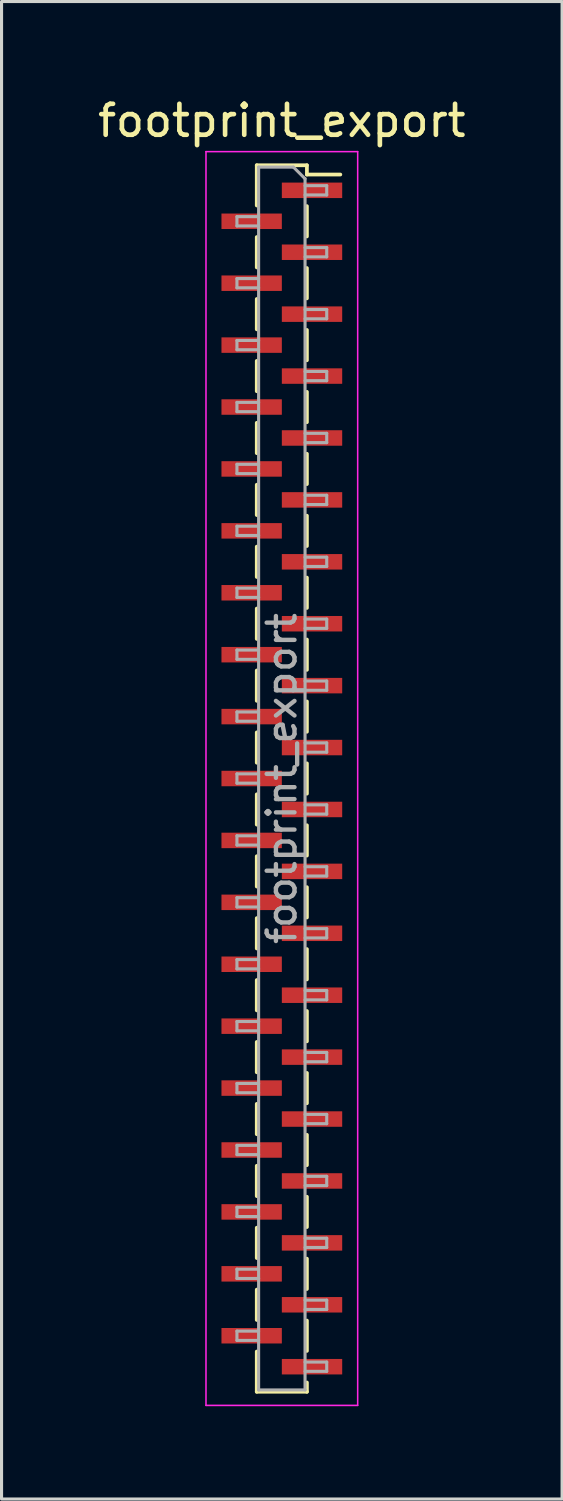
<source format=kicad_pcb>
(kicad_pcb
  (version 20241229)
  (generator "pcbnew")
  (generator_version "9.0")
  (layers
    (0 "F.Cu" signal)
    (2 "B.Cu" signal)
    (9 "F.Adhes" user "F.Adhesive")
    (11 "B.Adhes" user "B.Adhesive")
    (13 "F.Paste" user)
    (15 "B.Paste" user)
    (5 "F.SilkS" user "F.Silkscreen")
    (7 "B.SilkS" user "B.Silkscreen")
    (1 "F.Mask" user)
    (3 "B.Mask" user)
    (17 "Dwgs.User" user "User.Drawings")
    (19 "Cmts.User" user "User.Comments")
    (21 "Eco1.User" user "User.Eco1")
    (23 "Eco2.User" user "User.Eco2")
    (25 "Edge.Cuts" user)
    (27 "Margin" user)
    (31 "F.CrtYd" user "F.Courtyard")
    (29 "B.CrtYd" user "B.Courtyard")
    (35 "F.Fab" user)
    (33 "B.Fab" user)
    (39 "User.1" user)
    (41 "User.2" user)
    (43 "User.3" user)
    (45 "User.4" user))
  (footprint "footprint_export"
    (layer "F.Cu")
    (at 6.054 22.098)
    (property "Reference" "footprint_export" (at 0 -21.25 0) (layer "F.SilkS") (effects (font (size 1 1) (thickness 0.15))))
    (attr smd)
    (fp_line (start -0.81 -19.81) (end -0.81 -18.51) (stroke (width 0.12) (type solid)) (layer "F.SilkS"))
    (fp_line (start -0.81 -19.81) (end 0.81 -19.81) (stroke (width 0.12) (type solid)) (layer "F.SilkS"))
    (fp_line (start -0.81 -17.49) (end -0.81 -16.51) (stroke (width 0.12) (type solid)) (layer "F.SilkS"))
    (fp_line (start -0.81 -15.49) (end -0.81 -14.51) (stroke (width 0.12) (type solid)) (layer "F.SilkS"))
    (fp_line (start -0.81 -13.49) (end -0.81 -12.51) (stroke (width 0.12) (type solid)) (layer "F.SilkS"))
    (fp_line (start -0.81 -11.49) (end -0.81 -10.51) (stroke (width 0.12) (type solid)) (layer "F.SilkS"))
    (fp_line (start -0.81 -9.49) (end -0.81 -8.51) (stroke (width 0.12) (type solid)) (layer "F.SilkS"))
    (fp_line (start -0.81 -7.49) (end -0.81 -6.51) (stroke (width 0.12) (type solid)) (layer "F.SilkS"))
    (fp_line (start -0.81 -5.49) (end -0.81 -4.51) (stroke (width 0.12) (type solid)) (layer "F.SilkS"))
    (fp_line (start -0.81 -3.49) (end -0.81 -2.51) (stroke (width 0.12) (type solid)) (layer "F.SilkS"))
    (fp_line (start -0.81 -1.49) (end -0.81 -0.51) (stroke (width 0.12) (type solid)) (layer "F.SilkS"))
    (fp_line (start -0.81 0.51) (end -0.81 1.49) (stroke (width 0.12) (type solid)) (layer "F.SilkS"))
    (fp_line (start -0.81 2.51) (end -0.81 3.49) (stroke (width 0.12) (type solid)) (layer "F.SilkS"))
    (fp_line (start -0.81 4.51) (end -0.81 5.49) (stroke (width 0.12) (type solid)) (layer "F.SilkS"))
    (fp_line (start -0.81 6.51) (end -0.81 7.49) (stroke (width 0.12) (type solid)) (layer "F.SilkS"))
    (fp_line (start -0.81 8.51) (end -0.81 9.49) (stroke (width 0.12) (type solid)) (layer "F.SilkS"))
    (fp_line (start -0.81 10.51) (end -0.81 11.49) (stroke (width 0.12) (type solid)) (layer "F.SilkS"))
    (fp_line (start -0.81 12.51) (end -0.81 13.49) (stroke (width 0.12) (type solid)) (layer "F.SilkS"))
    (fp_line (start -0.81 14.51) (end -0.81 15.49) (stroke (width 0.12) (type solid)) (layer "F.SilkS"))
    (fp_line (start -0.81 16.51) (end -0.81 17.49) (stroke (width 0.12) (type solid)) (layer "F.SilkS"))
    (fp_line (start -0.81 18.51) (end -0.81 19.81) (stroke (width 0.12) (type solid)) (layer "F.SilkS"))
    (fp_line (start -0.81 19.81) (end 0.81 19.81) (stroke (width 0.12) (type solid)) (layer "F.SilkS"))
    (fp_line (start 0.81 -19.81) (end 0.81 -19.51) (stroke (width 0.12) (type solid)) (layer "F.SilkS"))
    (fp_line (start 0.81 -19.51) (end 1.89 -19.51) (stroke (width 0.12) (type solid)) (layer "F.SilkS"))
    (fp_line (start 0.81 -18.49) (end 0.81 -17.51) (stroke (width 0.12) (type solid)) (layer "F.SilkS"))
    (fp_line (start 0.81 -16.49) (end 0.81 -15.51) (stroke (width 0.12) (type solid)) (layer "F.SilkS"))
    (fp_line (start 0.81 -14.49) (end 0.81 -13.51) (stroke (width 0.12) (type solid)) (layer "F.SilkS"))
    (fp_line (start 0.81 -12.49) (end 0.81 -11.51) (stroke (width 0.12) (type solid)) (layer "F.SilkS"))
    (fp_line (start 0.81 -10.49) (end 0.81 -9.51) (stroke (width 0.12) (type solid)) (layer "F.SilkS"))
    (fp_line (start 0.81 -8.49) (end 0.81 -7.51) (stroke (width 0.12) (type solid)) (layer "F.SilkS"))
    (fp_line (start 0.81 -6.49) (end 0.81 -5.51) (stroke (width 0.12) (type solid)) (layer "F.SilkS"))
    (fp_line (start 0.81 -4.49) (end 0.81 -3.51) (stroke (width 0.12) (type solid)) (layer "F.SilkS"))
    (fp_line (start 0.81 -2.49) (end 0.81 -1.51) (stroke (width 0.12) (type solid)) (layer "F.SilkS"))
    (fp_line (start 0.81 -0.49) (end 0.81 0.49) (stroke (width 0.12) (type solid)) (layer "F.SilkS"))
    (fp_line (start 0.81 1.51) (end 0.81 2.49) (stroke (width 0.12) (type solid)) (layer "F.SilkS"))
    (fp_line (start 0.81 3.51) (end 0.81 4.49) (stroke (width 0.12) (type solid)) (layer "F.SilkS"))
    (fp_line (start 0.81 5.51) (end 0.81 6.49) (stroke (width 0.12) (type solid)) (layer "F.SilkS"))
    (fp_line (start 0.81 7.51) (end 0.81 8.49) (stroke (width 0.12) (type solid)) (layer "F.SilkS"))
    (fp_line (start 0.81 9.51) (end 0.81 10.49) (stroke (width 0.12) (type solid)) (layer "F.SilkS"))
    (fp_line (start 0.81 11.51) (end 0.81 12.49) (stroke (width 0.12) (type solid)) (layer "F.SilkS"))
    (fp_line (start 0.81 13.51) (end 0.81 14.49) (stroke (width 0.12) (type solid)) (layer "F.SilkS"))
    (fp_line (start 0.81 15.51) (end 0.81 16.49) (stroke (width 0.12) (type solid)) (layer "F.SilkS"))
    (fp_line (start 0.81 17.51) (end 0.81 18.49) (stroke (width 0.12) (type solid)) (layer "F.SilkS"))
    (fp_line (start 0.81 19.51) (end 0.81 19.81) (stroke (width 0.12) (type solid)) (layer "F.SilkS"))
    (fp_line (start -2.45 -20.25) (end 2.45 -20.25) (stroke (width 0.05) (type solid)) (layer "F.CrtYd"))
    (fp_line (start -2.45 20.25) (end -2.45 -20.25) (stroke (width 0.05) (type solid)) (layer "F.CrtYd"))
    (fp_line (start 2.45 -20.25) (end 2.45 20.25) (stroke (width 0.05) (type solid)) (layer "F.CrtYd"))
    (fp_line (start 2.45 20.25) (end -2.45 20.25) (stroke (width 0.05) (type solid)) (layer "F.CrtYd"))
    (fp_line (start -1.45 -18.15) (end -0.75 -18.15) (stroke (width 0.1) (type solid)) (layer "F.Fab"))
    (fp_line (start -1.45 -17.85) (end -1.45 -18.15) (stroke (width 0.1) (type solid)) (layer "F.Fab"))
    (fp_line (start -1.45 -16.15) (end -0.75 -16.15) (stroke (width 0.1) (type solid)) (layer "F.Fab"))
    (fp_line (start -1.45 -15.85) (end -1.45 -16.15) (stroke (width 0.1) (type solid)) (layer "F.Fab"))
    (fp_line (start -1.45 -14.15) (end -0.75 -14.15) (stroke (width 0.1) (type solid)) (layer "F.Fab"))
    (fp_line (start -1.45 -13.85) (end -1.45 -14.15) (stroke (width 0.1) (type solid)) (layer "F.Fab"))
    (fp_line (start -1.45 -12.15) (end -0.75 -12.15) (stroke (width 0.1) (type solid)) (layer "F.Fab"))
    (fp_line (start -1.45 -11.85) (end -1.45 -12.15) (stroke (width 0.1) (type solid)) (layer "F.Fab"))
    (fp_line (start -1.45 -10.15) (end -0.75 -10.15) (stroke (width 0.1) (type solid)) (layer "F.Fab"))
    (fp_line (start -1.45 -9.85) (end -1.45 -10.15) (stroke (width 0.1) (type solid)) (layer "F.Fab"))
    (fp_line (start -1.45 -8.15) (end -0.75 -8.15) (stroke (width 0.1) (type solid)) (layer "F.Fab"))
    (fp_line (start -1.45 -7.85) (end -1.45 -8.15) (stroke (width 0.1) (type solid)) (layer "F.Fab"))
    (fp_line (start -1.45 -6.15) (end -0.75 -6.15) (stroke (width 0.1) (type solid)) (layer "F.Fab"))
    (fp_line (start -1.45 -5.85) (end -1.45 -6.15) (stroke (width 0.1) (type solid)) (layer "F.Fab"))
    (fp_line (start -1.45 -4.15) (end -0.75 -4.15) (stroke (width 0.1) (type solid)) (layer "F.Fab"))
    (fp_line (start -1.45 -3.85) (end -1.45 -4.15) (stroke (width 0.1) (type solid)) (layer "F.Fab"))
    (fp_line (start -1.45 -2.15) (end -0.75 -2.15) (stroke (width 0.1) (type solid)) (layer "F.Fab"))
    (fp_line (start -1.45 -1.85) (end -1.45 -2.15) (stroke (width 0.1) (type solid)) (layer "F.Fab"))
    (fp_line (start -1.45 -0.15) (end -0.75 -0.15) (stroke (width 0.1) (type solid)) (layer "F.Fab"))
    (fp_line (start -1.45 0.15) (end -1.45 -0.15) (stroke (width 0.1) (type solid)) (layer "F.Fab"))
    (fp_line (start -1.45 1.85) (end -0.75 1.85) (stroke (width 0.1) (type solid)) (layer "F.Fab"))
    (fp_line (start -1.45 2.15) (end -1.45 1.85) (stroke (width 0.1) (type solid)) (layer "F.Fab"))
    (fp_line (start -1.45 3.85) (end -0.75 3.85) (stroke (width 0.1) (type solid)) (layer "F.Fab"))
    (fp_line (start -1.45 4.15) (end -1.45 3.85) (stroke (width 0.1) (type solid)) (layer "F.Fab"))
    (fp_line (start -1.45 5.85) (end -0.75 5.85) (stroke (width 0.1) (type solid)) (layer "F.Fab"))
    (fp_line (start -1.45 6.15) (end -1.45 5.85) (stroke (width 0.1) (type solid)) (layer "F.Fab"))
    (fp_line (start -1.45 7.85) (end -0.75 7.85) (stroke (width 0.1) (type solid)) (layer "F.Fab"))
    (fp_line (start -1.45 8.15) (end -1.45 7.85) (stroke (width 0.1) (type solid)) (layer "F.Fab"))
    (fp_line (start -1.45 9.85) (end -0.75 9.85) (stroke (width 0.1) (type solid)) (layer "F.Fab"))
    (fp_line (start -1.45 10.15) (end -1.45 9.85) (stroke (width 0.1) (type solid)) (layer "F.Fab"))
    (fp_line (start -1.45 11.85) (end -0.75 11.85) (stroke (width 0.1) (type solid)) (layer "F.Fab"))
    (fp_line (start -1.45 12.15) (end -1.45 11.85) (stroke (width 0.1) (type solid)) (layer "F.Fab"))
    (fp_line (start -1.45 13.85) (end -0.75 13.85) (stroke (width 0.1) (type solid)) (layer "F.Fab"))
    (fp_line (start -1.45 14.15) (end -1.45 13.85) (stroke (width 0.1) (type solid)) (layer "F.Fab"))
    (fp_line (start -1.45 15.85) (end -0.75 15.85) (stroke (width 0.1) (type solid)) (layer "F.Fab"))
    (fp_line (start -1.45 16.15) (end -1.45 15.85) (stroke (width 0.1) (type solid)) (layer "F.Fab"))
    (fp_line (start -1.45 17.85) (end -0.75 17.85) (stroke (width 0.1) (type solid)) (layer "F.Fab"))
    (fp_line (start -1.45 18.15) (end -1.45 17.85) (stroke (width 0.1) (type solid)) (layer "F.Fab"))
    (fp_line (start -0.75 -19.75) (end 0.375 -19.75) (stroke (width 0.1) (type solid)) (layer "F.Fab"))
    (fp_line (start -0.75 -17.85) (end -1.45 -17.85) (stroke (width 0.1) (type solid)) (layer "F.Fab"))
    (fp_line (start -0.75 -15.85) (end -1.45 -15.85) (stroke (width 0.1) (type solid)) (layer "F.Fab"))
    (fp_line (start -0.75 -13.85) (end -1.45 -13.85) (stroke (width 0.1) (type solid)) (layer "F.Fab"))
    (fp_line (start -0.75 -11.85) (end -1.45 -11.85) (stroke (width 0.1) (type solid)) (layer "F.Fab"))
    (fp_line (start -0.75 -9.85) (end -1.45 -9.85) (stroke (width 0.1) (type solid)) (layer "F.Fab"))
    (fp_line (start -0.75 -7.85) (end -1.45 -7.85) (stroke (width 0.1) (type solid)) (layer "F.Fab"))
    (fp_line (start -0.75 -5.85) (end -1.45 -5.85) (stroke (width 0.1) (type solid)) (layer "F.Fab"))
    (fp_line (start -0.75 -3.85) (end -1.45 -3.85) (stroke (width 0.1) (type solid)) (layer "F.Fab"))
    (fp_line (start -0.75 -1.85) (end -1.45 -1.85) (stroke (width 0.1) (type solid)) (layer "F.Fab"))
    (fp_line (start -0.75 0.15) (end -1.45 0.15) (stroke (width 0.1) (type solid)) (layer "F.Fab"))
    (fp_line (start -0.75 2.15) (end -1.45 2.15) (stroke (width 0.1) (type solid)) (layer "F.Fab"))
    (fp_line (start -0.75 4.15) (end -1.45 4.15) (stroke (width 0.1) (type solid)) (layer "F.Fab"))
    (fp_line (start -0.75 6.15) (end -1.45 6.15) (stroke (width 0.1) (type solid)) (layer "F.Fab"))
    (fp_line (start -0.75 8.15) (end -1.45 8.15) (stroke (width 0.1) (type solid)) (layer "F.Fab"))
    (fp_line (start -0.75 10.15) (end -1.45 10.15) (stroke (width 0.1) (type solid)) (layer "F.Fab"))
    (fp_line (start -0.75 12.15) (end -1.45 12.15) (stroke (width 0.1) (type solid)) (layer "F.Fab"))
    (fp_line (start -0.75 14.15) (end -1.45 14.15) (stroke (width 0.1) (type solid)) (layer "F.Fab"))
    (fp_line (start -0.75 16.15) (end -1.45 16.15) (stroke (width 0.1) (type solid)) (layer "F.Fab"))
    (fp_line (start -0.75 18.15) (end -1.45 18.15) (stroke (width 0.1) (type solid)) (layer "F.Fab"))
    (fp_line (start -0.75 19.75) (end -0.75 -19.75) (stroke (width 0.1) (type solid)) (layer "F.Fab"))
    (fp_line (start 0.375 -19.75) (end 0.75 -19.375) (stroke (width 0.1) (type solid)) (layer "F.Fab"))
    (fp_line (start 0.75 -19.375) (end 0.75 19.75) (stroke (width 0.1) (type solid)) (layer "F.Fab"))
    (fp_line (start 0.75 -19.15) (end 1.45 -19.15) (stroke (width 0.1) (type solid)) (layer "F.Fab"))
    (fp_line (start 0.75 -17.15) (end 1.45 -17.15) (stroke (width 0.1) (type solid)) (layer "F.Fab"))
    (fp_line (start 0.75 -15.15) (end 1.45 -15.15) (stroke (width 0.1) (type solid)) (layer "F.Fab"))
    (fp_line (start 0.75 -13.15) (end 1.45 -13.15) (stroke (width 0.1) (type solid)) (layer "F.Fab"))
    (fp_line (start 0.75 -11.15) (end 1.45 -11.15) (stroke (width 0.1) (type solid)) (layer "F.Fab"))
    (fp_line (start 0.75 -9.15) (end 1.45 -9.15) (stroke (width 0.1) (type solid)) (layer "F.Fab"))
    (fp_line (start 0.75 -7.15) (end 1.45 -7.15) (stroke (width 0.1) (type solid)) (layer "F.Fab"))
    (fp_line (start 0.75 -5.15) (end 1.45 -5.15) (stroke (width 0.1) (type solid)) (layer "F.Fab"))
    (fp_line (start 0.75 -3.15) (end 1.45 -3.15) (stroke (width 0.1) (type solid)) (layer "F.Fab"))
    (fp_line (start 0.75 -1.15) (end 1.45 -1.15) (stroke (width 0.1) (type solid)) (layer "F.Fab"))
    (fp_line (start 0.75 0.85) (end 1.45 0.85) (stroke (width 0.1) (type solid)) (layer "F.Fab"))
    (fp_line (start 0.75 2.85) (end 1.45 2.85) (stroke (width 0.1) (type solid)) (layer "F.Fab"))
    (fp_line (start 0.75 4.85) (end 1.45 4.85) (stroke (width 0.1) (type solid)) (layer "F.Fab"))
    (fp_line (start 0.75 6.85) (end 1.45 6.85) (stroke (width 0.1) (type solid)) (layer "F.Fab"))
    (fp_line (start 0.75 8.85) (end 1.45 8.85) (stroke (width 0.1) (type solid)) (layer "F.Fab"))
    (fp_line (start 0.75 10.85) (end 1.45 10.85) (stroke (width 0.1) (type solid)) (layer "F.Fab"))
    (fp_line (start 0.75 12.85) (end 1.45 12.85) (stroke (width 0.1) (type solid)) (layer "F.Fab"))
    (fp_line (start 0.75 14.85) (end 1.45 14.85) (stroke (width 0.1) (type solid)) (layer "F.Fab"))
    (fp_line (start 0.75 16.85) (end 1.45 16.85) (stroke (width 0.1) (type solid)) (layer "F.Fab"))
    (fp_line (start 0.75 18.85) (end 1.45 18.85) (stroke (width 0.1) (type solid)) (layer "F.Fab"))
    (fp_line (start 0.75 19.75) (end -0.75 19.75) (stroke (width 0.1) (type solid)) (layer "F.Fab"))
    (fp_line (start 1.45 -19.15) (end 1.45 -18.85) (stroke (width 0.1) (type solid)) (layer "F.Fab"))
    (fp_line (start 1.45 -18.85) (end 0.75 -18.85) (stroke (width 0.1) (type solid)) (layer "F.Fab"))
    (fp_line (start 1.45 -17.15) (end 1.45 -16.85) (stroke (width 0.1) (type solid)) (layer "F.Fab"))
    (fp_line (start 1.45 -16.85) (end 0.75 -16.85) (stroke (width 0.1) (type solid)) (layer "F.Fab"))
    (fp_line (start 1.45 -15.15) (end 1.45 -14.85) (stroke (width 0.1) (type solid)) (layer "F.Fab"))
    (fp_line (start 1.45 -14.85) (end 0.75 -14.85) (stroke (width 0.1) (type solid)) (layer "F.Fab"))
    (fp_line (start 1.45 -13.15) (end 1.45 -12.85) (stroke (width 0.1) (type solid)) (layer "F.Fab"))
    (fp_line (start 1.45 -12.85) (end 0.75 -12.85) (stroke (width 0.1) (type solid)) (layer "F.Fab"))
    (fp_line (start 1.45 -11.15) (end 1.45 -10.85) (stroke (width 0.1) (type solid)) (layer "F.Fab"))
    (fp_line (start 1.45 -10.85) (end 0.75 -10.85) (stroke (width 0.1) (type solid)) (layer "F.Fab"))
    (fp_line (start 1.45 -9.15) (end 1.45 -8.85) (stroke (width 0.1) (type solid)) (layer "F.Fab"))
    (fp_line (start 1.45 -8.85) (end 0.75 -8.85) (stroke (width 0.1) (type solid)) (layer "F.Fab"))
    (fp_line (start 1.45 -7.15) (end 1.45 -6.85) (stroke (width 0.1) (type solid)) (layer "F.Fab"))
    (fp_line (start 1.45 -6.85) (end 0.75 -6.85) (stroke (width 0.1) (type solid)) (layer "F.Fab"))
    (fp_line (start 1.45 -5.15) (end 1.45 -4.85) (stroke (width 0.1) (type solid)) (layer "F.Fab"))
    (fp_line (start 1.45 -4.85) (end 0.75 -4.85) (stroke (width 0.1) (type solid)) (layer "F.Fab"))
    (fp_line (start 1.45 -3.15) (end 1.45 -2.85) (stroke (width 0.1) (type solid)) (layer "F.Fab"))
    (fp_line (start 1.45 -2.85) (end 0.75 -2.85) (stroke (width 0.1) (type solid)) (layer "F.Fab"))
    (fp_line (start 1.45 -1.15) (end 1.45 -0.85) (stroke (width 0.1) (type solid)) (layer "F.Fab"))
    (fp_line (start 1.45 -0.85) (end 0.75 -0.85) (stroke (width 0.1) (type solid)) (layer "F.Fab"))
    (fp_line (start 1.45 0.85) (end 1.45 1.15) (stroke (width 0.1) (type solid)) (layer "F.Fab"))
    (fp_line (start 1.45 1.15) (end 0.75 1.15) (stroke (width 0.1) (type solid)) (layer "F.Fab"))
    (fp_line (start 1.45 2.85) (end 1.45 3.15) (stroke (width 0.1) (type solid)) (layer "F.Fab"))
    (fp_line (start 1.45 3.15) (end 0.75 3.15) (stroke (width 0.1) (type solid)) (layer "F.Fab"))
    (fp_line (start 1.45 4.85) (end 1.45 5.15) (stroke (width 0.1) (type solid)) (layer "F.Fab"))
    (fp_line (start 1.45 5.15) (end 0.75 5.15) (stroke (width 0.1) (type solid)) (layer "F.Fab"))
    (fp_line (start 1.45 6.85) (end 1.45 7.15) (stroke (width 0.1) (type solid)) (layer "F.Fab"))
    (fp_line (start 1.45 7.15) (end 0.75 7.15) (stroke (width 0.1) (type solid)) (layer "F.Fab"))
    (fp_line (start 1.45 8.85) (end 1.45 9.15) (stroke (width 0.1) (type solid)) (layer "F.Fab"))
    (fp_line (start 1.45 9.15) (end 0.75 9.15) (stroke (width 0.1) (type solid)) (layer "F.Fab"))
    (fp_line (start 1.45 10.85) (end 1.45 11.15) (stroke (width 0.1) (type solid)) (layer "F.Fab"))
    (fp_line (start 1.45 11.15) (end 0.75 11.15) (stroke (width 0.1) (type solid)) (layer "F.Fab"))
    (fp_line (start 1.45 12.85) (end 1.45 13.15) (stroke (width 0.1) (type solid)) (layer "F.Fab"))
    (fp_line (start 1.45 13.15) (end 0.75 13.15) (stroke (width 0.1) (type solid)) (layer "F.Fab"))
    (fp_line (start 1.45 14.85) (end 1.45 15.15) (stroke (width 0.1) (type solid)) (layer "F.Fab"))
    (fp_line (start 1.45 15.15) (end 0.75 15.15) (stroke (width 0.1) (type solid)) (layer "F.Fab"))
    (fp_line (start 1.45 16.85) (end 1.45 17.15) (stroke (width 0.1) (type solid)) (layer "F.Fab"))
    (fp_line (start 1.45 17.15) (end 0.75 17.15) (stroke (width 0.1) (type solid)) (layer "F.Fab"))
    (fp_line (start 1.45 18.85) (end 1.45 19.15) (stroke (width 0.1) (type solid)) (layer "F.Fab"))
    (fp_line (start 1.45 19.15) (end 0.75 19.15) (stroke (width 0.1) (type solid)) (layer "F.Fab"))
    (fp_text user "${REFERENCE}" (at 0 0 90) (layer "F.Fab") (effects (font (size 0.9 0.9) (thickness 0.14))))
    (pad "1" smd rect (at 0.975 -19) (size 1.95 0.5) (layers "F.Cu" "F.Mask" "F.Paste"))
    (pad "2" smd rect (at -0.975 -18) (size 1.95 0.5) (layers "F.Cu" "F.Mask" "F.Paste"))
    (pad "3" smd rect (at 0.975 -17) (size 1.95 0.5) (layers "F.Cu" "F.Mask" "F.Paste"))
    (pad "4" smd rect (at -0.975 -16) (size 1.95 0.5) (layers "F.Cu" "F.Mask" "F.Paste"))
    (pad "5" smd rect (at 0.975 -15) (size 1.95 0.5) (layers "F.Cu" "F.Mask" "F.Paste"))
    (pad "6" smd rect (at -0.975 -14) (size 1.95 0.5) (layers "F.Cu" "F.Mask" "F.Paste"))
    (pad "7" smd rect (at 0.975 -13) (size 1.95 0.5) (layers "F.Cu" "F.Mask" "F.Paste"))
    (pad "8" smd rect (at -0.975 -12) (size 1.95 0.5) (layers "F.Cu" "F.Mask" "F.Paste"))
    (pad "9" smd rect (at 0.975 -11) (size 1.95 0.5) (layers "F.Cu" "F.Mask" "F.Paste"))
    (pad "10" smd rect (at -0.975 -10) (size 1.95 0.5) (layers "F.Cu" "F.Mask" "F.Paste"))
    (pad "11" smd rect (at 0.975 -9) (size 1.95 0.5) (layers "F.Cu" "F.Mask" "F.Paste"))
    (pad "12" smd rect (at -0.975 -8) (size 1.95 0.5) (layers "F.Cu" "F.Mask" "F.Paste"))
    (pad "13" smd rect (at 0.975 -7) (size 1.95 0.5) (layers "F.Cu" "F.Mask" "F.Paste"))
    (pad "14" smd rect (at -0.975 -6) (size 1.95 0.5) (layers "F.Cu" "F.Mask" "F.Paste"))
    (pad "15" smd rect (at 0.975 -5) (size 1.95 0.5) (layers "F.Cu" "F.Mask" "F.Paste"))
    (pad "16" smd rect (at -0.975 -4) (size 1.95 0.5) (layers "F.Cu" "F.Mask" "F.Paste"))
    (pad "17" smd rect (at 0.975 -3) (size 1.95 0.5) (layers "F.Cu" "F.Mask" "F.Paste"))
    (pad "18" smd rect (at -0.975 -2) (size 1.95 0.5) (layers "F.Cu" "F.Mask" "F.Paste"))
    (pad "19" smd rect (at 0.975 -1) (size 1.95 0.5) (layers "F.Cu" "F.Mask" "F.Paste"))
    (pad "20" smd rect (at -0.975 0) (size 1.95 0.5) (layers "F.Cu" "F.Mask" "F.Paste"))
    (pad "21" smd rect (at 0.975 1) (size 1.95 0.5) (layers "F.Cu" "F.Mask" "F.Paste"))
    (pad "22" smd rect (at -0.975 2) (size 1.95 0.5) (layers "F.Cu" "F.Mask" "F.Paste"))
    (pad "23" smd rect (at 0.975 3) (size 1.95 0.5) (layers "F.Cu" "F.Mask" "F.Paste"))
    (pad "24" smd rect (at -0.975 4) (size 1.95 0.5) (layers "F.Cu" "F.Mask" "F.Paste"))
    (pad "25" smd rect (at 0.975 5) (size 1.95 0.5) (layers "F.Cu" "F.Mask" "F.Paste"))
    (pad "26" smd rect (at -0.975 6) (size 1.95 0.5) (layers "F.Cu" "F.Mask" "F.Paste"))
    (pad "27" smd rect (at 0.975 7) (size 1.95 0.5) (layers "F.Cu" "F.Mask" "F.Paste"))
    (pad "28" smd rect (at -0.975 8) (size 1.95 0.5) (layers "F.Cu" "F.Mask" "F.Paste"))
    (pad "29" smd rect (at 0.975 9) (size 1.95 0.5) (layers "F.Cu" "F.Mask" "F.Paste"))
    (pad "30" smd rect (at -0.975 10) (size 1.95 0.5) (layers "F.Cu" "F.Mask" "F.Paste"))
    (pad "31" smd rect (at 0.975 11) (size 1.95 0.5) (layers "F.Cu" "F.Mask" "F.Paste"))
    (pad "32" smd rect (at -0.975 12) (size 1.95 0.5) (layers "F.Cu" "F.Mask" "F.Paste"))
    (pad "33" smd rect (at 0.975 13) (size 1.95 0.5) (layers "F.Cu" "F.Mask" "F.Paste"))
    (pad "34" smd rect (at -0.975 14) (size 1.95 0.5) (layers "F.Cu" "F.Mask" "F.Paste"))
    (pad "35" smd rect (at 0.975 15) (size 1.95 0.5) (layers "F.Cu" "F.Mask" "F.Paste"))
    (pad "36" smd rect (at -0.975 16) (size 1.95 0.5) (layers "F.Cu" "F.Mask" "F.Paste"))
    (pad "37" smd rect (at 0.975 17) (size 1.95 0.5) (layers "F.Cu" "F.Mask" "F.Paste"))
    (pad "38" smd rect (at -0.975 18) (size 1.95 0.5) (layers "F.Cu" "F.Mask" "F.Paste"))
    (pad "39" smd rect (at 0.975 19) (size 1.95 0.5) (layers "F.Cu" "F.Mask" "F.Paste")))
  (gr_rect
    (start -3 -3)
    (end 15.107 45.373)
    (stroke (width 0.1) (type default))
    (fill no)
    (layer "Edge.Cuts")))
</source>
